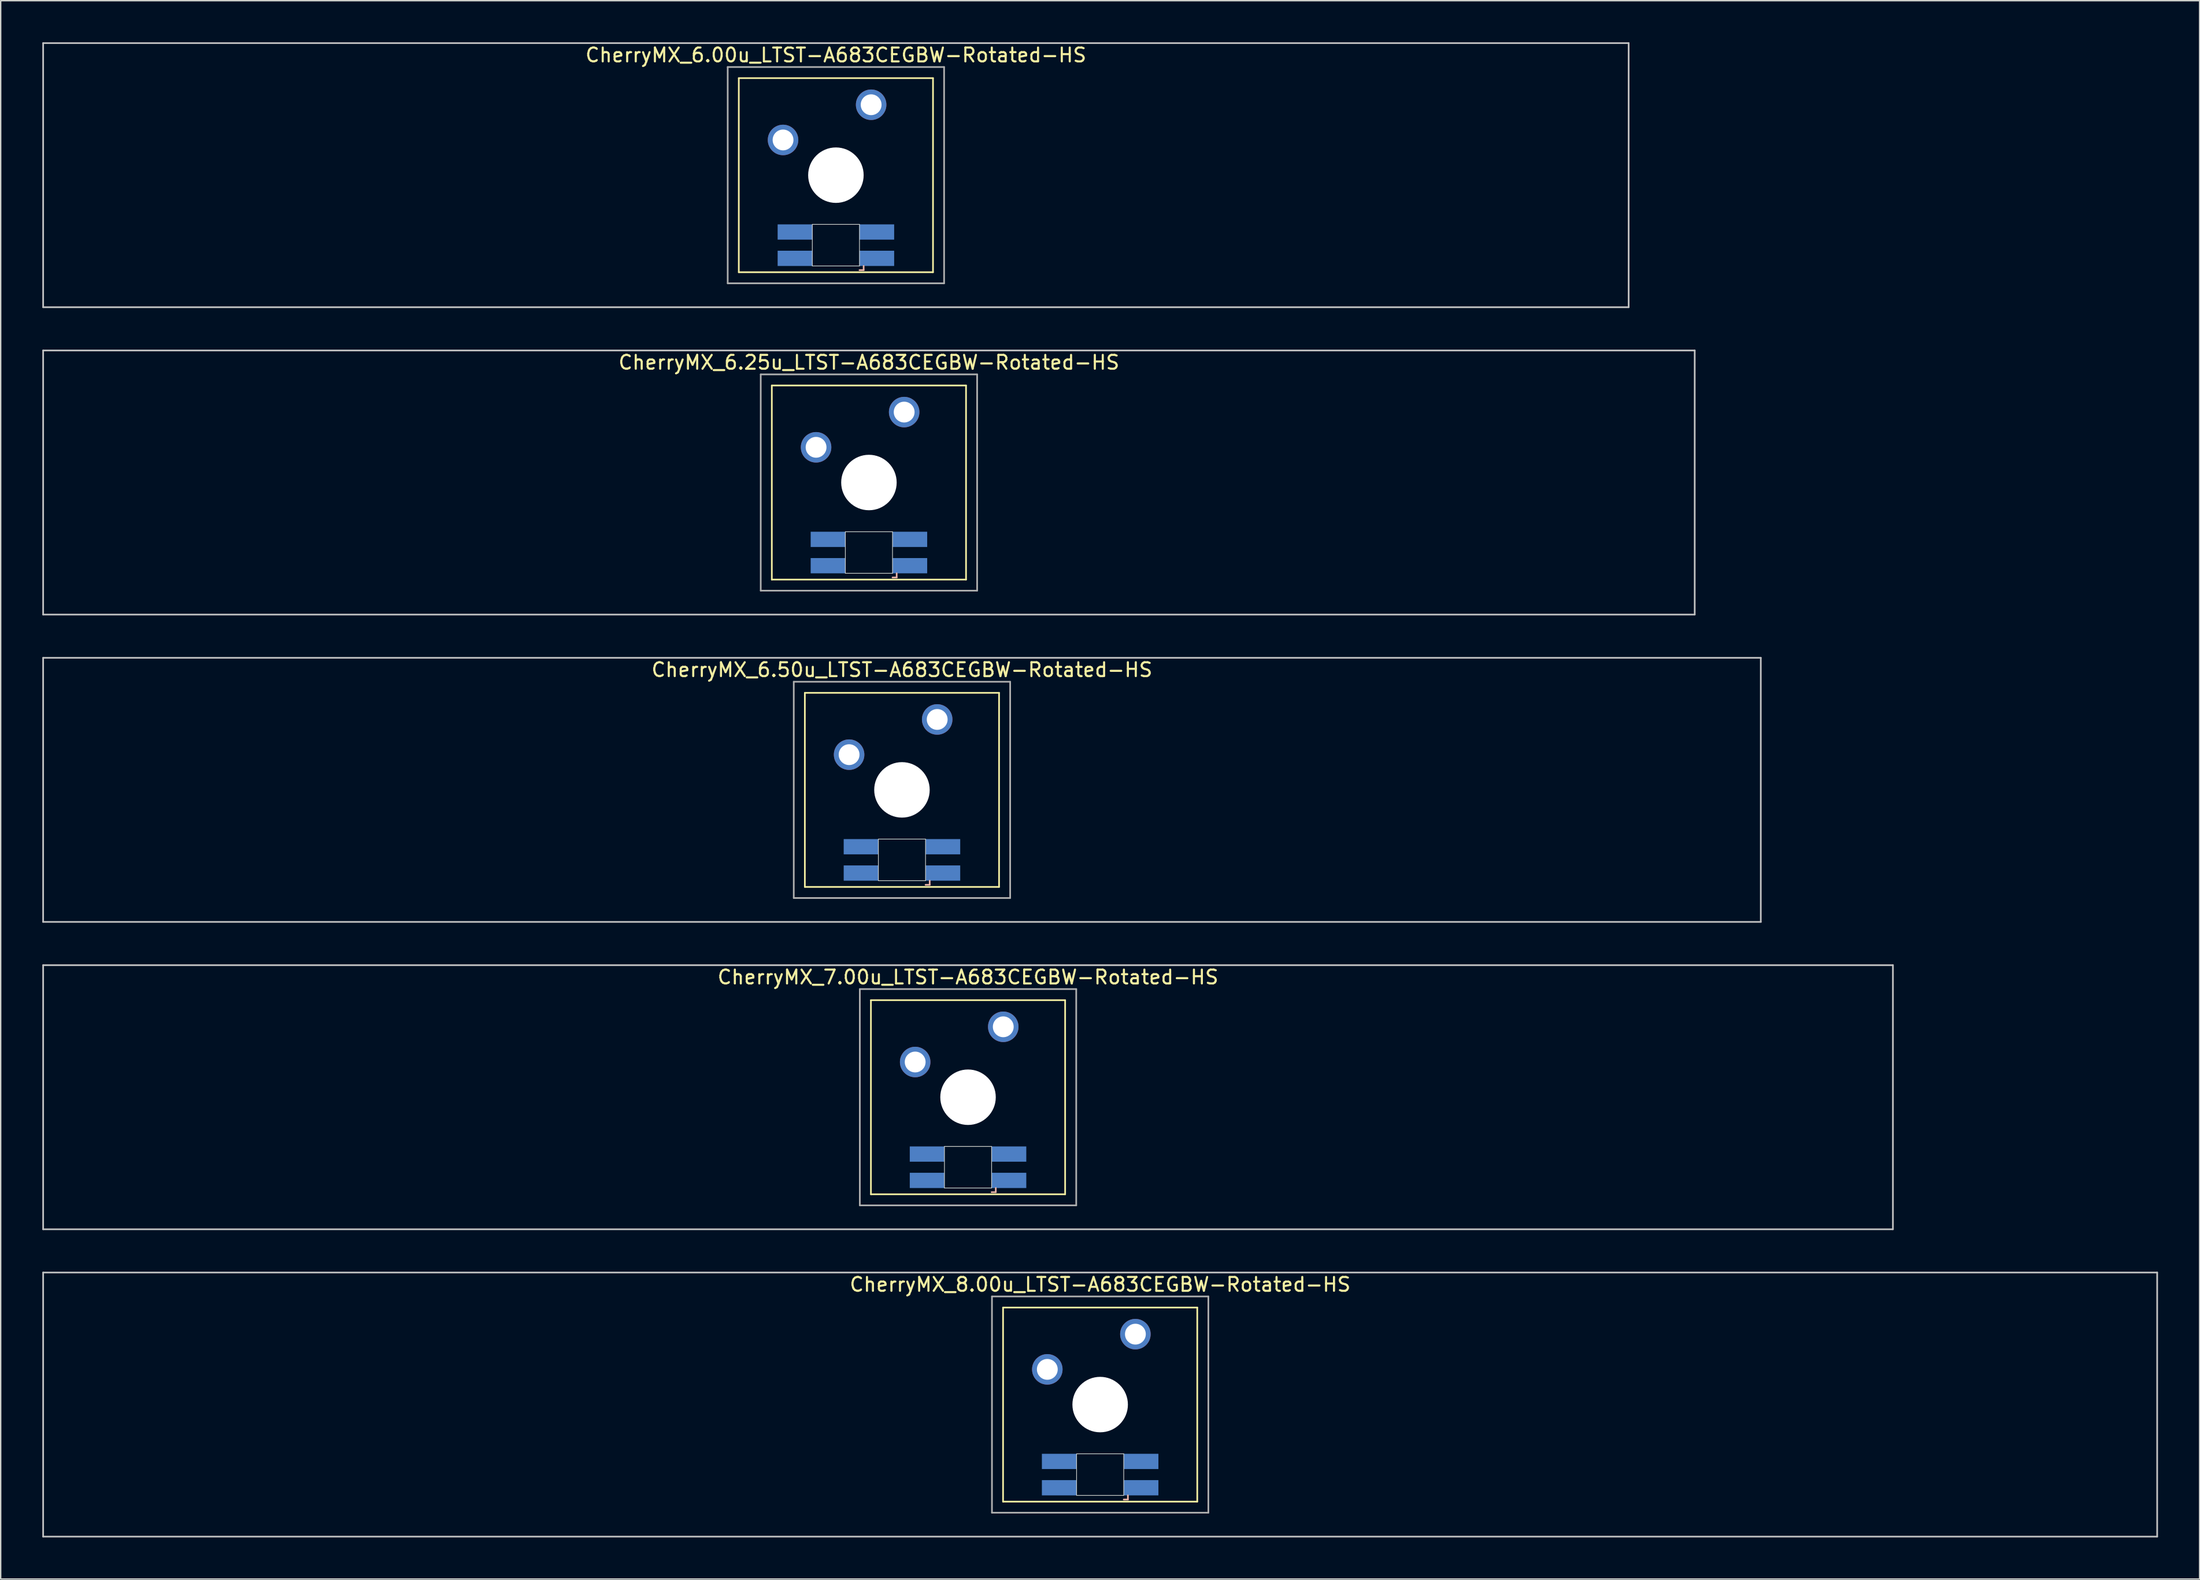
<source format=kicad_pcb>
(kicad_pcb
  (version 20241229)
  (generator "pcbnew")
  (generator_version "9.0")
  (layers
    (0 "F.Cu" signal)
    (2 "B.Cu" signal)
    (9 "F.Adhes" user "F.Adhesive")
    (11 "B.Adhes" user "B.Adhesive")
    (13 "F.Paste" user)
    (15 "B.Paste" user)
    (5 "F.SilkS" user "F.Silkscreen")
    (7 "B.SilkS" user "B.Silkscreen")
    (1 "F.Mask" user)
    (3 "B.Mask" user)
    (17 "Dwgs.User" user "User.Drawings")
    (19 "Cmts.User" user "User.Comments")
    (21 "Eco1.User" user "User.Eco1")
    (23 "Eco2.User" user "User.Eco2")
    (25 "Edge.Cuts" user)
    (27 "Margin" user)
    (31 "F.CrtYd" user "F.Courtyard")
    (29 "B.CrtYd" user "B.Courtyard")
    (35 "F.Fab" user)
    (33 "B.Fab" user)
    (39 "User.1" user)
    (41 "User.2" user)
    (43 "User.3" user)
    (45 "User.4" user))
  (footprint "CherryMX_6.25u_LTST-A683CEGBW-Rotated-HS"
    (layer "F.Cu")
    (at 59.591 31.755)
    (property "Reference" "CherryMX_6.25u_LTST-A683CEGBW-Rotated-HS" (at 0 -8.662 0) (layer "F.SilkS") (effects (font (size 1 1) (thickness 0.15))))
    (attr through_hole)
    (fp_line (start -7 -7) (end -7 7) (stroke (width 0.12) (type solid)) (layer "F.SilkS"))
    (fp_line (start -7 -7) (end 7 -7) (stroke (width 0.12) (type solid)) (layer "F.SilkS"))
    (fp_line (start 7 -7) (end 7 7) (stroke (width 0.12) (type solid)) (layer "F.SilkS"))
    (fp_line (start 7 7) (end -7 7) (stroke (width 0.12) (type solid)) (layer "F.SilkS"))
    (fp_line (start 1.7 6.85) (end 2 6.85) (stroke (width 0.12) (type solid)) (layer "B.SilkS"))
    (fp_line (start 2 6.85) (end 2 6.55) (stroke (width 0.12) (type solid)) (layer "B.SilkS"))
    (fp_line (start -59.531 -9.525) (end 59.531 -9.525) (stroke (width 0.12) (type solid)) (layer "Dwgs.User"))
    (fp_line (start -59.531 9.525) (end -59.531 -9.525) (stroke (width 0.12) (type solid)) (layer "Dwgs.User"))
    (fp_line (start 59.531 -9.525) (end 59.531 9.525) (stroke (width 0.12) (type solid)) (layer "Dwgs.User"))
    (fp_line (start 59.531 9.525) (end -59.531 9.525) (stroke (width 0.12) (type solid)) (layer "Dwgs.User"))
    (fp_line (start -1.7 3.55) (end 1.7 3.55) (stroke (width 0.05) (type solid)) (layer "Edge.Cuts"))
    (fp_line (start -1.7 6.55) (end -1.7 3.55) (stroke (width 0.05) (type solid)) (layer "Edge.Cuts"))
    (fp_line (start 1.7 3.55) (end 1.7 6.55) (stroke (width 0.05) (type solid)) (layer "Edge.Cuts"))
    (fp_line (start 1.7 6.55) (end -1.7 6.55) (stroke (width 0.05) (type solid)) (layer "Edge.Cuts"))
    (fp_line (start -7.8 -7.8) (end -7.8 7.8) (stroke (width 0.12) (type solid)) (layer "F.Fab"))
    (fp_line (start -7.8 -7.8) (end 7.8 -7.8) (stroke (width 0.12) (type solid)) (layer "F.Fab"))
    (fp_line (start -7.8 7.8) (end 7.8 7.8) (stroke (width 0.12) (type solid)) (layer "F.Fab"))
    (fp_line (start 7.8 -7.8) (end 7.8 7.8) (stroke (width 0.12) (type solid)) (layer "F.Fab"))
    (pad "" np_thru_hole circle (at 0 0) (size 4 4) (drill 4) (layers "*.Cu" "*.Mask"))
    (pad "1" thru_hole circle (at -3.81 -2.54) (size 2.2 2.2) (drill 1.5) (layers "*.Cu" "*.Mask"))
    (pad "2" thru_hole circle (at 2.54 -5.08) (size 2.2 2.2) (drill 1.5) (layers "*.Cu" "*.Mask"))
    (pad "3" smd rect (at 2.95 6) (size 2.5 1.1) (layers "B.Cu" "B.Mask" "B.Paste"))
    (pad "4" smd rect (at 2.95 4.1) (size 2.5 1.1) (layers "B.Cu" "B.Mask" "B.Paste"))
    (pad "5" smd rect (at -2.95 6) (size 2.5 1.1) (layers "B.Cu" "B.Mask" "B.Paste"))
    (pad "6" smd rect (at -2.95 4.1) (size 2.5 1.1) (layers "B.Cu" "B.Mask" "B.Paste")))
  (footprint "CherryMX_7.00u_LTST-A683CEGBW-Rotated-HS"
    (layer "F.Cu")
    (at 66.735 76.095)
    (property "Reference" "CherryMX_7.00u_LTST-A683CEGBW-Rotated-HS" (at 0 -8.662 0) (layer "F.SilkS") (effects (font (size 1 1) (thickness 0.15))))
    (attr through_hole)
    (fp_line (start -7 -7) (end -7 7) (stroke (width 0.12) (type solid)) (layer "F.SilkS"))
    (fp_line (start -7 -7) (end 7 -7) (stroke (width 0.12) (type solid)) (layer "F.SilkS"))
    (fp_line (start 7 -7) (end 7 7) (stroke (width 0.12) (type solid)) (layer "F.SilkS"))
    (fp_line (start 7 7) (end -7 7) (stroke (width 0.12) (type solid)) (layer "F.SilkS"))
    (fp_line (start 1.7 6.85) (end 2 6.85) (stroke (width 0.12) (type solid)) (layer "B.SilkS"))
    (fp_line (start 2 6.85) (end 2 6.55) (stroke (width 0.12) (type solid)) (layer "B.SilkS"))
    (fp_line (start -66.675 -9.525) (end 66.675 -9.525) (stroke (width 0.12) (type solid)) (layer "Dwgs.User"))
    (fp_line (start -66.675 9.525) (end -66.675 -9.525) (stroke (width 0.12) (type solid)) (layer "Dwgs.User"))
    (fp_line (start 66.675 -9.525) (end 66.675 9.525) (stroke (width 0.12) (type solid)) (layer "Dwgs.User"))
    (fp_line (start 66.675 9.525) (end -66.675 9.525) (stroke (width 0.12) (type solid)) (layer "Dwgs.User"))
    (fp_line (start -1.7 3.55) (end 1.7 3.55) (stroke (width 0.05) (type solid)) (layer "Edge.Cuts"))
    (fp_line (start -1.7 6.55) (end -1.7 3.55) (stroke (width 0.05) (type solid)) (layer "Edge.Cuts"))
    (fp_line (start 1.7 3.55) (end 1.7 6.55) (stroke (width 0.05) (type solid)) (layer "Edge.Cuts"))
    (fp_line (start 1.7 6.55) (end -1.7 6.55) (stroke (width 0.05) (type solid)) (layer "Edge.Cuts"))
    (fp_line (start -7.8 -7.8) (end -7.8 7.8) (stroke (width 0.12) (type solid)) (layer "F.Fab"))
    (fp_line (start -7.8 -7.8) (end 7.8 -7.8) (stroke (width 0.12) (type solid)) (layer "F.Fab"))
    (fp_line (start -7.8 7.8) (end 7.8 7.8) (stroke (width 0.12) (type solid)) (layer "F.Fab"))
    (fp_line (start 7.8 -7.8) (end 7.8 7.8) (stroke (width 0.12) (type solid)) (layer "F.Fab"))
    (pad "" np_thru_hole circle (at 0 0) (size 4 4) (drill 4) (layers "*.Cu" "*.Mask"))
    (pad "1" thru_hole circle (at -3.81 -2.54) (size 2.2 2.2) (drill 1.5) (layers "*.Cu" "*.Mask"))
    (pad "2" thru_hole circle (at 2.54 -5.08) (size 2.2 2.2) (drill 1.5) (layers "*.Cu" "*.Mask"))
    (pad "3" smd rect (at 2.95 6) (size 2.5 1.1) (layers "B.Cu" "B.Mask" "B.Paste"))
    (pad "4" smd rect (at 2.95 4.1) (size 2.5 1.1) (layers "B.Cu" "B.Mask" "B.Paste"))
    (pad "5" smd rect (at -2.95 6) (size 2.5 1.1) (layers "B.Cu" "B.Mask" "B.Paste"))
    (pad "6" smd rect (at -2.95 4.1) (size 2.5 1.1) (layers "B.Cu" "B.Mask" "B.Paste")))
  (footprint "CherryMX_8.00u_LTST-A683CEGBW-Rotated-HS"
    (layer "F.Cu")
    (at 76.26 98.265)
    (property "Reference" "CherryMX_8.00u_LTST-A683CEGBW-Rotated-HS" (at 0 -8.662 0) (layer "F.SilkS") (effects (font (size 1 1) (thickness 0.15))))
    (attr through_hole)
    (fp_line (start -7 -7) (end -7 7) (stroke (width 0.12) (type solid)) (layer "F.SilkS"))
    (fp_line (start -7 -7) (end 7 -7) (stroke (width 0.12) (type solid)) (layer "F.SilkS"))
    (fp_line (start 7 -7) (end 7 7) (stroke (width 0.12) (type solid)) (layer "F.SilkS"))
    (fp_line (start 7 7) (end -7 7) (stroke (width 0.12) (type solid)) (layer "F.SilkS"))
    (fp_line (start 1.7 6.85) (end 2 6.85) (stroke (width 0.12) (type solid)) (layer "B.SilkS"))
    (fp_line (start 2 6.85) (end 2 6.55) (stroke (width 0.12) (type solid)) (layer "B.SilkS"))
    (fp_line (start -76.2 -9.525) (end 76.2 -9.525) (stroke (width 0.12) (type solid)) (layer "Dwgs.User"))
    (fp_line (start -76.2 9.525) (end -76.2 -9.525) (stroke (width 0.12) (type solid)) (layer "Dwgs.User"))
    (fp_line (start 76.2 -9.525) (end 76.2 9.525) (stroke (width 0.12) (type solid)) (layer "Dwgs.User"))
    (fp_line (start 76.2 9.525) (end -76.2 9.525) (stroke (width 0.12) (type solid)) (layer "Dwgs.User"))
    (fp_line (start -1.7 3.55) (end 1.7 3.55) (stroke (width 0.05) (type solid)) (layer "Edge.Cuts"))
    (fp_line (start -1.7 6.55) (end -1.7 3.55) (stroke (width 0.05) (type solid)) (layer "Edge.Cuts"))
    (fp_line (start 1.7 3.55) (end 1.7 6.55) (stroke (width 0.05) (type solid)) (layer "Edge.Cuts"))
    (fp_line (start 1.7 6.55) (end -1.7 6.55) (stroke (width 0.05) (type solid)) (layer "Edge.Cuts"))
    (fp_line (start -7.8 -7.8) (end -7.8 7.8) (stroke (width 0.12) (type solid)) (layer "F.Fab"))
    (fp_line (start -7.8 -7.8) (end 7.8 -7.8) (stroke (width 0.12) (type solid)) (layer "F.Fab"))
    (fp_line (start -7.8 7.8) (end 7.8 7.8) (stroke (width 0.12) (type solid)) (layer "F.Fab"))
    (fp_line (start 7.8 -7.8) (end 7.8 7.8) (stroke (width 0.12) (type solid)) (layer "F.Fab"))
    (pad "" np_thru_hole circle (at 0 0) (size 4 4) (drill 4) (layers "*.Cu" "*.Mask"))
    (pad "1" thru_hole circle (at -3.81 -2.54) (size 2.2 2.2) (drill 1.5) (layers "*.Cu" "*.Mask"))
    (pad "2" thru_hole circle (at 2.54 -5.08) (size 2.2 2.2) (drill 1.5) (layers "*.Cu" "*.Mask"))
    (pad "3" smd rect (at 2.95 6) (size 2.5 1.1) (layers "B.Cu" "B.Mask" "B.Paste"))
    (pad "4" smd rect (at 2.95 4.1) (size 2.5 1.1) (layers "B.Cu" "B.Mask" "B.Paste"))
    (pad "5" smd rect (at -2.95 6) (size 2.5 1.1) (layers "B.Cu" "B.Mask" "B.Paste"))
    (pad "6" smd rect (at -2.95 4.1) (size 2.5 1.1) (layers "B.Cu" "B.Mask" "B.Paste")))
  (footprint "CherryMX_6.00u_LTST-A683CEGBW-Rotated-HS"
    (layer "F.Cu")
    (at 57.21 9.585)
    (property "Reference" "CherryMX_6.00u_LTST-A683CEGBW-Rotated-HS" (at 0 -8.662 0) (layer "F.SilkS") (effects (font (size 1 1) (thickness 0.15))))
    (attr through_hole)
    (fp_line (start -7 -7) (end -7 7) (stroke (width 0.12) (type solid)) (layer "F.SilkS"))
    (fp_line (start -7 -7) (end 7 -7) (stroke (width 0.12) (type solid)) (layer "F.SilkS"))
    (fp_line (start 7 -7) (end 7 7) (stroke (width 0.12) (type solid)) (layer "F.SilkS"))
    (fp_line (start 7 7) (end -7 7) (stroke (width 0.12) (type solid)) (layer "F.SilkS"))
    (fp_line (start 1.7 6.85) (end 2 6.85) (stroke (width 0.12) (type solid)) (layer "B.SilkS"))
    (fp_line (start 2 6.85) (end 2 6.55) (stroke (width 0.12) (type solid)) (layer "B.SilkS"))
    (fp_line (start -57.15 -9.525) (end 57.15 -9.525) (stroke (width 0.12) (type solid)) (layer "Dwgs.User"))
    (fp_line (start -57.15 9.525) (end -57.15 -9.525) (stroke (width 0.12) (type solid)) (layer "Dwgs.User"))
    (fp_line (start 57.15 -9.525) (end 57.15 9.525) (stroke (width 0.12) (type solid)) (layer "Dwgs.User"))
    (fp_line (start 57.15 9.525) (end -57.15 9.525) (stroke (width 0.12) (type solid)) (layer "Dwgs.User"))
    (fp_line (start -1.7 3.55) (end 1.7 3.55) (stroke (width 0.05) (type solid)) (layer "Edge.Cuts"))
    (fp_line (start -1.7 6.55) (end -1.7 3.55) (stroke (width 0.05) (type solid)) (layer "Edge.Cuts"))
    (fp_line (start 1.7 3.55) (end 1.7 6.55) (stroke (width 0.05) (type solid)) (layer "Edge.Cuts"))
    (fp_line (start 1.7 6.55) (end -1.7 6.55) (stroke (width 0.05) (type solid)) (layer "Edge.Cuts"))
    (fp_line (start -7.8 -7.8) (end -7.8 7.8) (stroke (width 0.12) (type solid)) (layer "F.Fab"))
    (fp_line (start -7.8 -7.8) (end 7.8 -7.8) (stroke (width 0.12) (type solid)) (layer "F.Fab"))
    (fp_line (start -7.8 7.8) (end 7.8 7.8) (stroke (width 0.12) (type solid)) (layer "F.Fab"))
    (fp_line (start 7.8 -7.8) (end 7.8 7.8) (stroke (width 0.12) (type solid)) (layer "F.Fab"))
    (pad "" np_thru_hole circle (at 0 0) (size 4 4) (drill 4) (layers "*.Cu" "*.Mask"))
    (pad "1" thru_hole circle (at -3.81 -2.54) (size 2.2 2.2) (drill 1.5) (layers "*.Cu" "*.Mask"))
    (pad "2" thru_hole circle (at 2.54 -5.08) (size 2.2 2.2) (drill 1.5) (layers "*.Cu" "*.Mask"))
    (pad "3" smd rect (at 2.95 6) (size 2.5 1.1) (layers "B.Cu" "B.Mask" "B.Paste"))
    (pad "4" smd rect (at 2.95 4.1) (size 2.5 1.1) (layers "B.Cu" "B.Mask" "B.Paste"))
    (pad "5" smd rect (at -2.95 6) (size 2.5 1.1) (layers "B.Cu" "B.Mask" "B.Paste"))
    (pad "6" smd rect (at -2.95 4.1) (size 2.5 1.1) (layers "B.Cu" "B.Mask" "B.Paste")))
  (footprint "CherryMX_6.50u_LTST-A683CEGBW-Rotated-HS"
    (layer "F.Cu")
    (at 61.972 53.925)
    (property "Reference" "CherryMX_6.50u_LTST-A683CEGBW-Rotated-HS" (at 0 -8.662 0) (layer "F.SilkS") (effects (font (size 1 1) (thickness 0.15))))
    (attr through_hole)
    (fp_line (start -7 -7) (end -7 7) (stroke (width 0.12) (type solid)) (layer "F.SilkS"))
    (fp_line (start -7 -7) (end 7 -7) (stroke (width 0.12) (type solid)) (layer "F.SilkS"))
    (fp_line (start 7 -7) (end 7 7) (stroke (width 0.12) (type solid)) (layer "F.SilkS"))
    (fp_line (start 7 7) (end -7 7) (stroke (width 0.12) (type solid)) (layer "F.SilkS"))
    (fp_line (start 1.7 6.85) (end 2 6.85) (stroke (width 0.12) (type solid)) (layer "B.SilkS"))
    (fp_line (start 2 6.85) (end 2 6.55) (stroke (width 0.12) (type solid)) (layer "B.SilkS"))
    (fp_line (start -61.913 -9.525) (end 61.913 -9.525) (stroke (width 0.12) (type solid)) (layer "Dwgs.User"))
    (fp_line (start -61.913 9.525) (end -61.913 -9.525) (stroke (width 0.12) (type solid)) (layer "Dwgs.User"))
    (fp_line (start 61.913 -9.525) (end 61.913 9.525) (stroke (width 0.12) (type solid)) (layer "Dwgs.User"))
    (fp_line (start 61.913 9.525) (end -61.913 9.525) (stroke (width 0.12) (type solid)) (layer "Dwgs.User"))
    (fp_line (start -1.7 3.55) (end 1.7 3.55) (stroke (width 0.05) (type solid)) (layer "Edge.Cuts"))
    (fp_line (start -1.7 6.55) (end -1.7 3.55) (stroke (width 0.05) (type solid)) (layer "Edge.Cuts"))
    (fp_line (start 1.7 3.55) (end 1.7 6.55) (stroke (width 0.05) (type solid)) (layer "Edge.Cuts"))
    (fp_line (start 1.7 6.55) (end -1.7 6.55) (stroke (width 0.05) (type solid)) (layer "Edge.Cuts"))
    (fp_line (start -7.8 -7.8) (end -7.8 7.8) (stroke (width 0.12) (type solid)) (layer "F.Fab"))
    (fp_line (start -7.8 -7.8) (end 7.8 -7.8) (stroke (width 0.12) (type solid)) (layer "F.Fab"))
    (fp_line (start -7.8 7.8) (end 7.8 7.8) (stroke (width 0.12) (type solid)) (layer "F.Fab"))
    (fp_line (start 7.8 -7.8) (end 7.8 7.8) (stroke (width 0.12) (type solid)) (layer "F.Fab"))
    (pad "" np_thru_hole circle (at 0 0) (size 4 4) (drill 4) (layers "*.Cu" "*.Mask"))
    (pad "1" thru_hole circle (at -3.81 -2.54) (size 2.2 2.2) (drill 1.5) (layers "*.Cu" "*.Mask"))
    (pad "2" thru_hole circle (at 2.54 -5.08) (size 2.2 2.2) (drill 1.5) (layers "*.Cu" "*.Mask"))
    (pad "3" smd rect (at 2.95 6) (size 2.5 1.1) (layers "B.Cu" "B.Mask" "B.Paste"))
    (pad "4" smd rect (at 2.95 4.1) (size 2.5 1.1) (layers "B.Cu" "B.Mask" "B.Paste"))
    (pad "5" smd rect (at -2.95 6) (size 2.5 1.1) (layers "B.Cu" "B.Mask" "B.Paste"))
    (pad "6" smd rect (at -2.95 4.1) (size 2.5 1.1) (layers "B.Cu" "B.Mask" "B.Paste")))
  (gr_rect
    (start -3 -3)
    (end 155.52 110.85)
    (stroke (width 0.1) (type default))
    (fill no)
    (layer "Edge.Cuts")))
</source>
